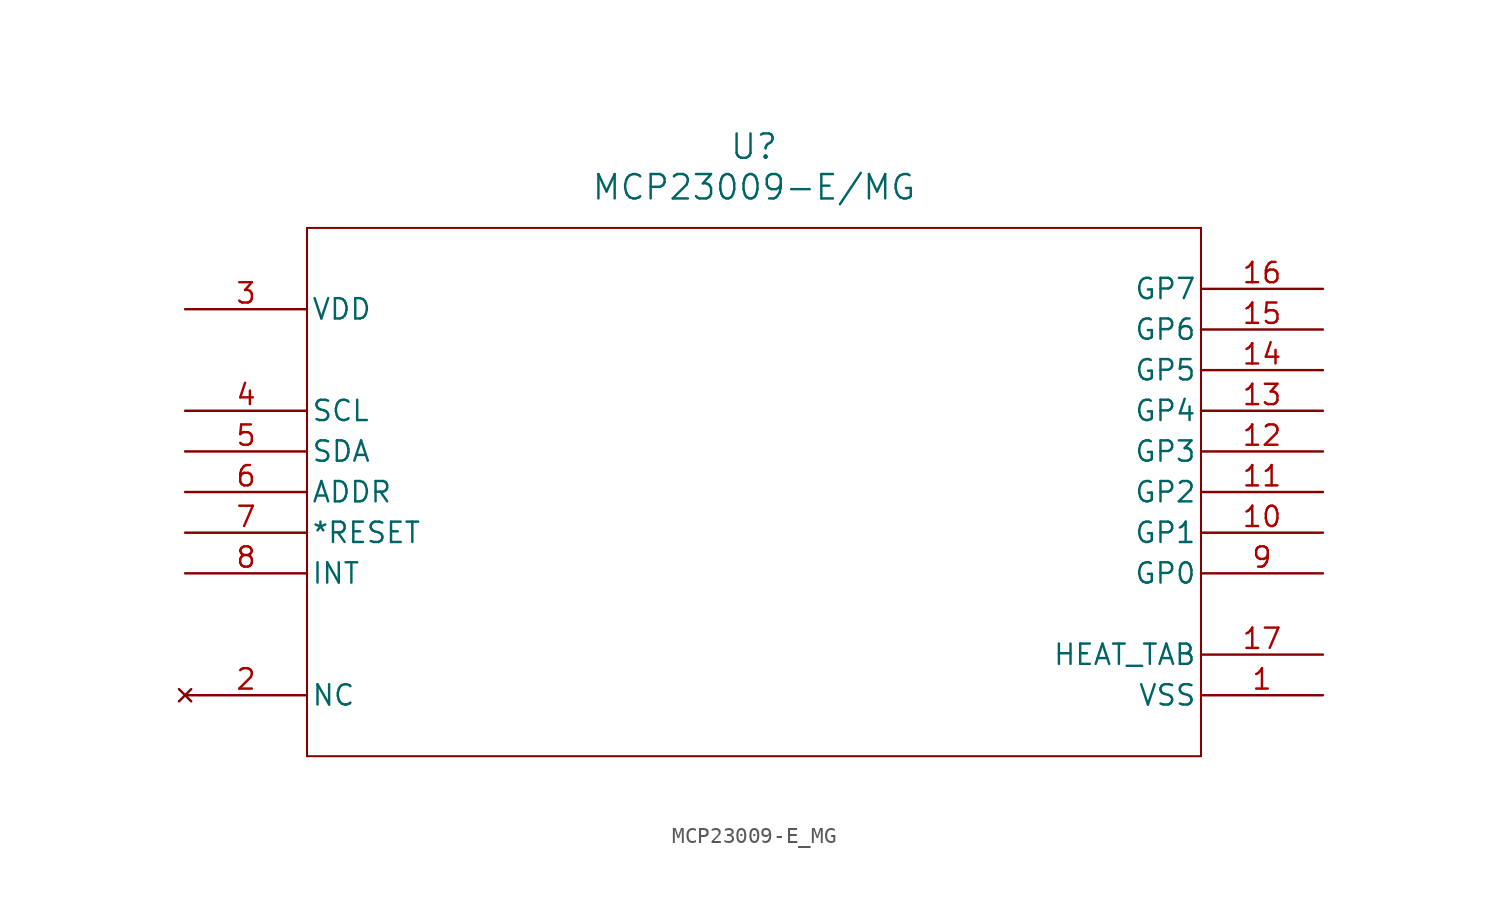
<source format=kicad_sym>
(kicad_symbol_lib
  (version 20231120)
  (generator "kicad_symbol_editor")
  (generator_version "8.0")
  (symbol "MCP23009-E_MG"
    (pin_names
      (offset 0.254))
    (property "Reference" "U"
      (at 35.56 10.16 0)
      (effects (font (size 1.524 1.524))))
    (property "Value" "MCP23009-E/MG"
      (at 35.56 7.62 0)
      (effects (font (size 1.524 1.524))))
    (property "ki_locked" ""
      (at 0 0 0)
      (effects (font (size 1.27 1.27))))
    (symbol "MCP23009-E_MG_0_1"
      (polyline (pts (xy 7.62 -27.94) (xy 63.5 -27.94)) (stroke (width 0.127) (type default)) (fill (type none)))
      (polyline (pts (xy 7.62 5.08) (xy 7.62 -27.94)) (stroke (width 0.127) (type default)) (fill (type none)))
      (polyline (pts (xy 63.5 -27.94) (xy 63.5 5.08)) (stroke (width 0.127) (type default)) (fill (type none)))
      (polyline (pts (xy 63.5 5.08) (xy 7.62 5.08)) (stroke (width 0.127) (type default)) (fill (type none)))
      (pin power_in line (at 71.12 -24.13 180) (length 7.62) (name "VSS" (effects (font (size 1.27 1.27)))) (number "1" (effects (font (size 1.27 1.27)))))
      (pin bidirectional line (at 71.12 -13.97 180) (length 7.62) (name "GP1" (effects (font (size 1.27 1.27)))) (number "10" (effects (font (size 1.27 1.27)))))
      (pin bidirectional line (at 71.12 -11.43 180) (length 7.62) (name "GP2" (effects (font (size 1.27 1.27)))) (number "11" (effects (font (size 1.27 1.27)))))
      (pin bidirectional line (at 71.12 -8.89 180) (length 7.62) (name "GP3" (effects (font (size 1.27 1.27)))) (number "12" (effects (font (size 1.27 1.27)))))
      (pin bidirectional line (at 71.12 -6.35 180) (length 7.62) (name "GP4" (effects (font (size 1.27 1.27)))) (number "13" (effects (font (size 1.27 1.27)))))
      (pin bidirectional line (at 71.12 -3.81 180) (length 7.62) (name "GP5" (effects (font (size 1.27 1.27)))) (number "14" (effects (font (size 1.27 1.27)))))
      (pin bidirectional line (at 71.12 -1.27 180) (length 7.62) (name "GP6" (effects (font (size 1.27 1.27)))) (number "15" (effects (font (size 1.27 1.27)))))
      (pin bidirectional line (at 71.12 1.27 180) (length 7.62) (name "GP7" (effects (font (size 1.27 1.27)))) (number "16" (effects (font (size 1.27 1.27)))))
      (pin unspecified line (at 71.12 -21.59 180) (length 7.62) (name "HEAT_TAB" (effects (font (size 1.27 1.27)))) (number "17" (effects (font (size 1.27 1.27)))))
      (pin no_connect line (at 0 -24.13 0) (length 7.62) (name "NC" (effects (font (size 1.27 1.27)))) (number "2" (effects (font (size 1.27 1.27)))))
      (pin power_in line (at 0 0 0) (length 7.62) (name "VDD" (effects (font (size 1.27 1.27)))) (number "3" (effects (font (size 1.27 1.27)))))
      (pin input line (at 0 -6.35 0) (length 7.62) (name "SCL" (effects (font (size 1.27 1.27)))) (number "4" (effects (font (size 1.27 1.27)))))
      (pin bidirectional line (at 0 -8.89 0) (length 7.62) (name "SDA" (effects (font (size 1.27 1.27)))) (number "5" (effects (font (size 1.27 1.27)))))
      (pin input line (at 0 -11.43 0) (length 7.62) (name "ADDR" (effects (font (size 1.27 1.27)))) (number "6" (effects (font (size 1.27 1.27)))))
      (pin input line (at 0 -13.97 0) (length 7.62) (name "*RESET" (effects (font (size 1.27 1.27)))) (number "7" (effects (font (size 1.27 1.27)))))
      (pin output line (at 0 -16.51 0) (length 7.62) (name "INT" (effects (font (size 1.27 1.27)))) (number "8" (effects (font (size 1.27 1.27)))))
      (pin bidirectional line (at 71.12 -16.51 180) (length 7.62) (name "GP0" (effects (font (size 1.27 1.27)))) (number "9" (effects (font (size 1.27 1.27))))))))
</source>
